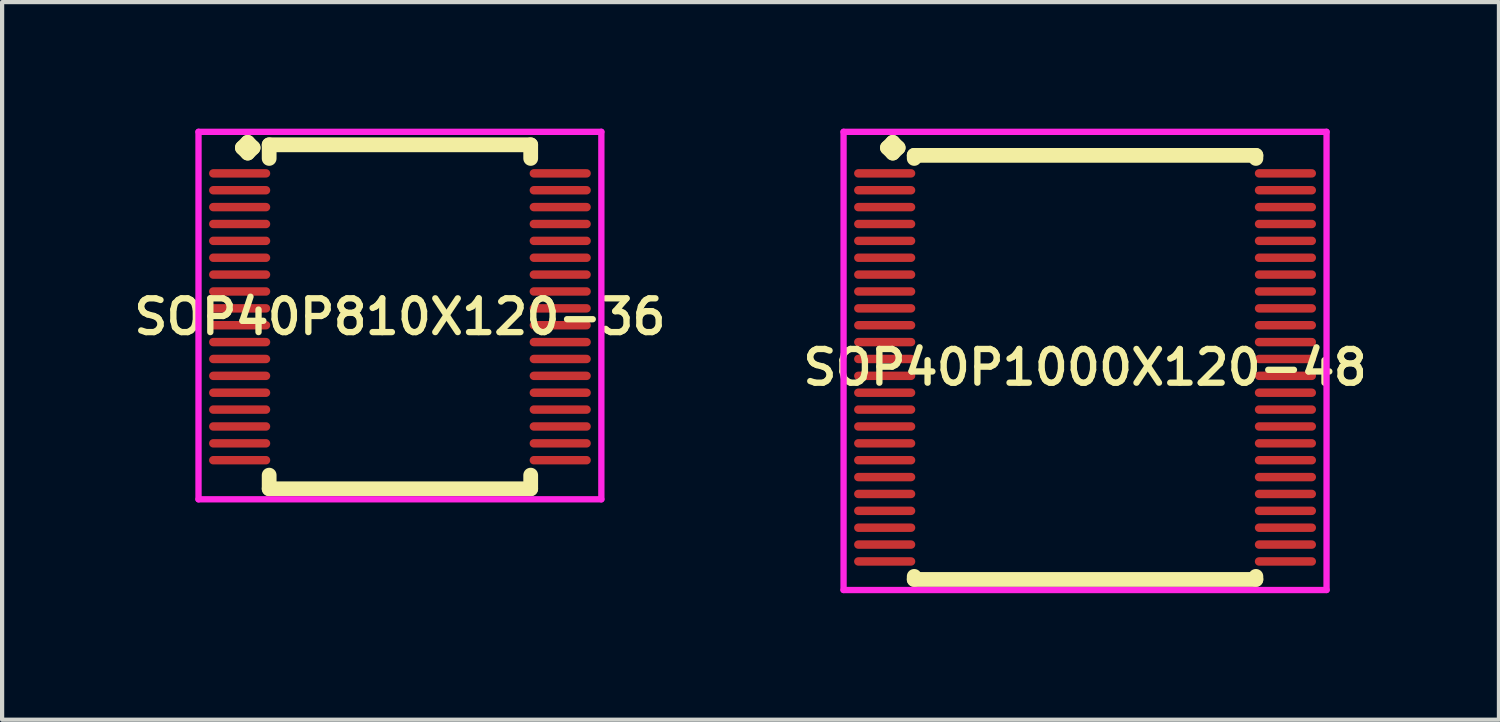
<source format=kicad_pcb>
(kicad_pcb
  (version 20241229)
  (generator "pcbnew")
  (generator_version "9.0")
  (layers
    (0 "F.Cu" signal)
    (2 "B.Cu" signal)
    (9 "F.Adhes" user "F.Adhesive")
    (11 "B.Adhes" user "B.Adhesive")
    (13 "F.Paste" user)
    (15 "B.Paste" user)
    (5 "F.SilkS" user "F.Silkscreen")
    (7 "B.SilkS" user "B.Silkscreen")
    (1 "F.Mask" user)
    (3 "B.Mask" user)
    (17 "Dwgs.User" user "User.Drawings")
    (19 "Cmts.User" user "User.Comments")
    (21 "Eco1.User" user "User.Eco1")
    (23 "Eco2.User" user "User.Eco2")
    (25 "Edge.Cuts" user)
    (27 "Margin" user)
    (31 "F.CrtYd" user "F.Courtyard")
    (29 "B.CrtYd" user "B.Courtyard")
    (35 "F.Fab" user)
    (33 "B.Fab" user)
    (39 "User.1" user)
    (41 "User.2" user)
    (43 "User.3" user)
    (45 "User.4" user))
  (footprint "SOP40P810X120-36"
    (layer "F.Cu")
    (at 6.431 4.46)
    (property "Reference" "SOP40P810X120-36" (at 0 0 0) (layer "F.SilkS") (effects (font (size 0.8 0.8) (thickness 0.15))))
    (attr smd)
    (fp_line (start -3.735 -4.008) (end -3.608 -4.135) (stroke (width 0.35) (type solid)) (layer "F.SilkS"))
    (fp_line (start -3.608 -4.135) (end -3.481 -4.008) (stroke (width 0.35) (type solid)) (layer "F.SilkS"))
    (fp_line (start -3.608 -3.881) (end -3.735 -4.008) (stroke (width 0.35) (type solid)) (layer "F.SilkS"))
    (fp_line (start -3.481 -4.008) (end -3.608 -3.881) (stroke (width 0.35) (type solid)) (layer "F.SilkS"))
    (fp_line (start -3.1 -4.077) (end 3.1 -4.077) (stroke (width 0.35) (type solid)) (layer "F.SilkS"))
    (fp_line (start -3.1 -3.754) (end -3.1 -4.077) (stroke (width 0.35) (type solid)) (layer "F.SilkS"))
    (fp_line (start -3.1 3.754) (end -3.1 4.077) (stroke (width 0.35) (type solid)) (layer "F.SilkS"))
    (fp_line (start -3.1 4.077) (end 3.1 4.077) (stroke (width 0.35) (type solid)) (layer "F.SilkS"))
    (fp_line (start 3.1 -4.077) (end 3.1 -3.754) (stroke (width 0.35) (type solid)) (layer "F.SilkS"))
    (fp_line (start 3.1 4.077) (end 3.1 3.754) (stroke (width 0.35) (type solid)) (layer "F.SilkS"))
    (fp_line (start -4.775 -4.385) (end 4.775 -4.385) (stroke (width 0.15) (type solid)) (layer "F.CrtYd"))
    (fp_line (start -4.775 4.327) (end -4.775 -4.385) (stroke (width 0.15) (type solid)) (layer "F.CrtYd"))
    (fp_line (start 4.775 -4.385) (end 4.775 4.327) (stroke (width 0.15) (type solid)) (layer "F.CrtYd"))
    (fp_line (start 4.775 4.327) (end -4.775 4.327) (stroke (width 0.15) (type solid)) (layer "F.CrtYd"))
    (pad "1" smd oval (at -3.8 -3.4) (size 1.45 0.2) (layers "F.Cu" "F.Mask" "F.Paste"))
    (pad "2" smd oval (at -3.8 -3) (size 1.45 0.2) (layers "F.Cu" "F.Mask" "F.Paste"))
    (pad "3" smd oval (at -3.8 -2.6) (size 1.45 0.2) (layers "F.Cu" "F.Mask" "F.Paste"))
    (pad "4" smd oval (at -3.8 -2.2) (size 1.45 0.2) (layers "F.Cu" "F.Mask" "F.Paste"))
    (pad "5" smd oval (at -3.8 -1.8) (size 1.45 0.2) (layers "F.Cu" "F.Mask" "F.Paste"))
    (pad "6" smd oval (at -3.8 -1.4) (size 1.45 0.2) (layers "F.Cu" "F.Mask" "F.Paste"))
    (pad "7" smd oval (at -3.8 -1) (size 1.45 0.2) (layers "F.Cu" "F.Mask" "F.Paste"))
    (pad "8" smd oval (at -3.8 -0.6) (size 1.45 0.2) (layers "F.Cu" "F.Mask" "F.Paste"))
    (pad "9" smd oval (at -3.8 -0.2) (size 1.45 0.2) (layers "F.Cu" "F.Mask" "F.Paste"))
    (pad "10" smd oval (at -3.8 0.2) (size 1.45 0.2) (layers "F.Cu" "F.Mask" "F.Paste"))
    (pad "11" smd oval (at -3.8 0.6) (size 1.45 0.2) (layers "F.Cu" "F.Mask" "F.Paste"))
    (pad "12" smd oval (at -3.8 1) (size 1.45 0.2) (layers "F.Cu" "F.Mask" "F.Paste"))
    (pad "13" smd oval (at -3.8 1.4) (size 1.45 0.2) (layers "F.Cu" "F.Mask" "F.Paste"))
    (pad "14" smd oval (at -3.8 1.8) (size 1.45 0.2) (layers "F.Cu" "F.Mask" "F.Paste"))
    (pad "15" smd oval (at -3.8 2.2) (size 1.45 0.2) (layers "F.Cu" "F.Mask" "F.Paste"))
    (pad "16" smd oval (at -3.8 2.6) (size 1.45 0.2) (layers "F.Cu" "F.Mask" "F.Paste"))
    (pad "17" smd oval (at -3.8 3) (size 1.45 0.2) (layers "F.Cu" "F.Mask" "F.Paste"))
    (pad "18" smd oval (at -3.8 3.4) (size 1.45 0.2) (layers "F.Cu" "F.Mask" "F.Paste"))
    (pad "19" smd oval (at 3.8 3.4) (size 1.45 0.2) (layers "F.Cu" "F.Mask" "F.Paste"))
    (pad "20" smd oval (at 3.8 3) (size 1.45 0.2) (layers "F.Cu" "F.Mask" "F.Paste"))
    (pad "21" smd oval (at 3.8 2.6) (size 1.45 0.2) (layers "F.Cu" "F.Mask" "F.Paste"))
    (pad "22" smd oval (at 3.8 2.2) (size 1.45 0.2) (layers "F.Cu" "F.Mask" "F.Paste"))
    (pad "23" smd oval (at 3.8 1.8) (size 1.45 0.2) (layers "F.Cu" "F.Mask" "F.Paste"))
    (pad "24" smd oval (at 3.8 1.4) (size 1.45 0.2) (layers "F.Cu" "F.Mask" "F.Paste"))
    (pad "25" smd oval (at 3.8 1) (size 1.45 0.2) (layers "F.Cu" "F.Mask" "F.Paste"))
    (pad "26" smd oval (at 3.8 0.6) (size 1.45 0.2) (layers "F.Cu" "F.Mask" "F.Paste"))
    (pad "27" smd oval (at 3.8 0.2) (size 1.45 0.2) (layers "F.Cu" "F.Mask" "F.Paste"))
    (pad "28" smd oval (at 3.8 -0.2) (size 1.45 0.2) (layers "F.Cu" "F.Mask" "F.Paste"))
    (pad "29" smd oval (at 3.8 -0.6) (size 1.45 0.2) (layers "F.Cu" "F.Mask" "F.Paste"))
    (pad "30" smd oval (at 3.8 -1) (size 1.45 0.2) (layers "F.Cu" "F.Mask" "F.Paste"))
    (pad "31" smd oval (at 3.8 -1.4) (size 1.45 0.2) (layers "F.Cu" "F.Mask" "F.Paste"))
    (pad "32" smd oval (at 3.8 -1.8) (size 1.45 0.2) (layers "F.Cu" "F.Mask" "F.Paste"))
    (pad "33" smd oval (at 3.8 -2.2) (size 1.45 0.2) (layers "F.Cu" "F.Mask" "F.Paste"))
    (pad "34" smd oval (at 3.8 -2.6) (size 1.45 0.2) (layers "F.Cu" "F.Mask" "F.Paste"))
    (pad "35" smd oval (at 3.8 -3) (size 1.45 0.2) (layers "F.Cu" "F.Mask" "F.Paste"))
    (pad "36" smd oval (at 3.8 -3.4) (size 1.45 0.2) (layers "F.Cu" "F.Mask" "F.Paste")))
  (footprint "SOP40P1000X120-48"
    (layer "F.Cu")
    (at 22.673 5.66)
    (property "Reference" "SOP40P1000X120-48" (at 0 0 0) (layer "F.SilkS") (effects (font (size 0.8 0.8) (thickness 0.15))))
    (attr smd)
    (fp_line (start -4.685 -5.208) (end -4.558 -5.335) (stroke (width 0.35) (type solid)) (layer "F.SilkS"))
    (fp_line (start -4.558 -5.335) (end -4.431 -5.208) (stroke (width 0.35) (type solid)) (layer "F.SilkS"))
    (fp_line (start -4.558 -5.081) (end -4.685 -5.208) (stroke (width 0.35) (type solid)) (layer "F.SilkS"))
    (fp_line (start -4.431 -5.208) (end -4.558 -5.081) (stroke (width 0.35) (type solid)) (layer "F.SilkS"))
    (fp_line (start -4.05 -5.027) (end 4.05 -5.027) (stroke (width 0.35) (type solid)) (layer "F.SilkS"))
    (fp_line (start -4.05 -4.954) (end -4.05 -5.027) (stroke (width 0.35) (type solid)) (layer "F.SilkS"))
    (fp_line (start -4.05 4.954) (end -4.05 5.027) (stroke (width 0.35) (type solid)) (layer "F.SilkS"))
    (fp_line (start -4.05 5.027) (end 4.05 5.027) (stroke (width 0.35) (type solid)) (layer "F.SilkS"))
    (fp_line (start 4.05 -5.027) (end 4.05 -4.954) (stroke (width 0.35) (type solid)) (layer "F.SilkS"))
    (fp_line (start 4.05 5.027) (end 4.05 4.954) (stroke (width 0.35) (type solid)) (layer "F.SilkS"))
    (fp_line (start -5.725 -5.585) (end 5.725 -5.585) (stroke (width 0.15) (type solid)) (layer "F.CrtYd"))
    (fp_line (start -5.725 5.277) (end -5.725 -5.585) (stroke (width 0.15) (type solid)) (layer "F.CrtYd"))
    (fp_line (start 5.725 -5.585) (end 5.725 5.277) (stroke (width 0.15) (type solid)) (layer "F.CrtYd"))
    (fp_line (start 5.725 5.277) (end -5.725 5.277) (stroke (width 0.15) (type solid)) (layer "F.CrtYd"))
    (pad "1" smd oval (at -4.75 -4.6) (size 1.45 0.2) (layers "F.Cu" "F.Mask" "F.Paste"))
    (pad "2" smd oval (at -4.75 -4.2) (size 1.45 0.2) (layers "F.Cu" "F.Mask" "F.Paste"))
    (pad "3" smd oval (at -4.75 -3.8) (size 1.45 0.2) (layers "F.Cu" "F.Mask" "F.Paste"))
    (pad "4" smd oval (at -4.75 -3.4) (size 1.45 0.2) (layers "F.Cu" "F.Mask" "F.Paste"))
    (pad "5" smd oval (at -4.75 -3) (size 1.45 0.2) (layers "F.Cu" "F.Mask" "F.Paste"))
    (pad "6" smd oval (at -4.75 -2.6) (size 1.45 0.2) (layers "F.Cu" "F.Mask" "F.Paste"))
    (pad "7" smd oval (at -4.75 -2.2) (size 1.45 0.2) (layers "F.Cu" "F.Mask" "F.Paste"))
    (pad "8" smd oval (at -4.75 -1.8) (size 1.45 0.2) (layers "F.Cu" "F.Mask" "F.Paste"))
    (pad "9" smd oval (at -4.75 -1.4) (size 1.45 0.2) (layers "F.Cu" "F.Mask" "F.Paste"))
    (pad "10" smd oval (at -4.75 -1) (size 1.45 0.2) (layers "F.Cu" "F.Mask" "F.Paste"))
    (pad "11" smd oval (at -4.75 -0.6) (size 1.45 0.2) (layers "F.Cu" "F.Mask" "F.Paste"))
    (pad "12" smd oval (at -4.75 -0.2) (size 1.45 0.2) (layers "F.Cu" "F.Mask" "F.Paste"))
    (pad "13" smd oval (at -4.75 0.2) (size 1.45 0.2) (layers "F.Cu" "F.Mask" "F.Paste"))
    (pad "14" smd oval (at -4.75 0.6) (size 1.45 0.2) (layers "F.Cu" "F.Mask" "F.Paste"))
    (pad "15" smd oval (at -4.75 1) (size 1.45 0.2) (layers "F.Cu" "F.Mask" "F.Paste"))
    (pad "16" smd oval (at -4.75 1.4) (size 1.45 0.2) (layers "F.Cu" "F.Mask" "F.Paste"))
    (pad "17" smd oval (at -4.75 1.8) (size 1.45 0.2) (layers "F.Cu" "F.Mask" "F.Paste"))
    (pad "18" smd oval (at -4.75 2.2) (size 1.45 0.2) (layers "F.Cu" "F.Mask" "F.Paste"))
    (pad "19" smd oval (at -4.75 2.6) (size 1.45 0.2) (layers "F.Cu" "F.Mask" "F.Paste"))
    (pad "20" smd oval (at -4.75 3) (size 1.45 0.2) (layers "F.Cu" "F.Mask" "F.Paste"))
    (pad "21" smd oval (at -4.75 3.4) (size 1.45 0.2) (layers "F.Cu" "F.Mask" "F.Paste"))
    (pad "22" smd oval (at -4.75 3.8) (size 1.45 0.2) (layers "F.Cu" "F.Mask" "F.Paste"))
    (pad "23" smd oval (at -4.75 4.2) (size 1.45 0.2) (layers "F.Cu" "F.Mask" "F.Paste"))
    (pad "24" smd oval (at -4.75 4.6) (size 1.45 0.2) (layers "F.Cu" "F.Mask" "F.Paste"))
    (pad "25" smd oval (at 4.75 4.6) (size 1.45 0.2) (layers "F.Cu" "F.Mask" "F.Paste"))
    (pad "26" smd oval (at 4.75 4.2) (size 1.45 0.2) (layers "F.Cu" "F.Mask" "F.Paste"))
    (pad "27" smd oval (at 4.75 3.8) (size 1.45 0.2) (layers "F.Cu" "F.Mask" "F.Paste"))
    (pad "28" smd oval (at 4.75 3.4) (size 1.45 0.2) (layers "F.Cu" "F.Mask" "F.Paste"))
    (pad "29" smd oval (at 4.75 3) (size 1.45 0.2) (layers "F.Cu" "F.Mask" "F.Paste"))
    (pad "30" smd oval (at 4.75 2.6) (size 1.45 0.2) (layers "F.Cu" "F.Mask" "F.Paste"))
    (pad "31" smd oval (at 4.75 2.2) (size 1.45 0.2) (layers "F.Cu" "F.Mask" "F.Paste"))
    (pad "32" smd oval (at 4.75 1.8) (size 1.45 0.2) (layers "F.Cu" "F.Mask" "F.Paste"))
    (pad "33" smd oval (at 4.75 1.4) (size 1.45 0.2) (layers "F.Cu" "F.Mask" "F.Paste"))
    (pad "34" smd oval (at 4.75 1) (size 1.45 0.2) (layers "F.Cu" "F.Mask" "F.Paste"))
    (pad "35" smd oval (at 4.75 0.6) (size 1.45 0.2) (layers "F.Cu" "F.Mask" "F.Paste"))
    (pad "36" smd oval (at 4.75 0.2) (size 1.45 0.2) (layers "F.Cu" "F.Mask" "F.Paste"))
    (pad "37" smd oval (at 4.75 -0.2) (size 1.45 0.2) (layers "F.Cu" "F.Mask" "F.Paste"))
    (pad "38" smd oval (at 4.75 -0.6) (size 1.45 0.2) (layers "F.Cu" "F.Mask" "F.Paste"))
    (pad "39" smd oval (at 4.75 -1) (size 1.45 0.2) (layers "F.Cu" "F.Mask" "F.Paste"))
    (pad "40" smd oval (at 4.75 -1.4) (size 1.45 0.2) (layers "F.Cu" "F.Mask" "F.Paste"))
    (pad "41" smd oval (at 4.75 -1.8) (size 1.45 0.2) (layers "F.Cu" "F.Mask" "F.Paste"))
    (pad "42" smd oval (at 4.75 -2.2) (size 1.45 0.2) (layers "F.Cu" "F.Mask" "F.Paste"))
    (pad "43" smd oval (at 4.75 -2.6) (size 1.45 0.2) (layers "F.Cu" "F.Mask" "F.Paste"))
    (pad "44" smd oval (at 4.75 -3) (size 1.45 0.2) (layers "F.Cu" "F.Mask" "F.Paste"))
    (pad "45" smd oval (at 4.75 -3.4) (size 1.45 0.2) (layers "F.Cu" "F.Mask" "F.Paste"))
    (pad "46" smd oval (at 4.75 -3.8) (size 1.45 0.2) (layers "F.Cu" "F.Mask" "F.Paste"))
    (pad "47" smd oval (at 4.75 -4.2) (size 1.45 0.2) (layers "F.Cu" "F.Mask" "F.Paste"))
    (pad "48" smd oval (at 4.75 -4.6) (size 1.45 0.2) (layers "F.Cu" "F.Mask" "F.Paste")))
  (gr_rect
    (start -3 -3)
    (end 32.485 14.012)
    (stroke (width 0.1) (type default))
    (fill no)
    (layer "Edge.Cuts")))
</source>
